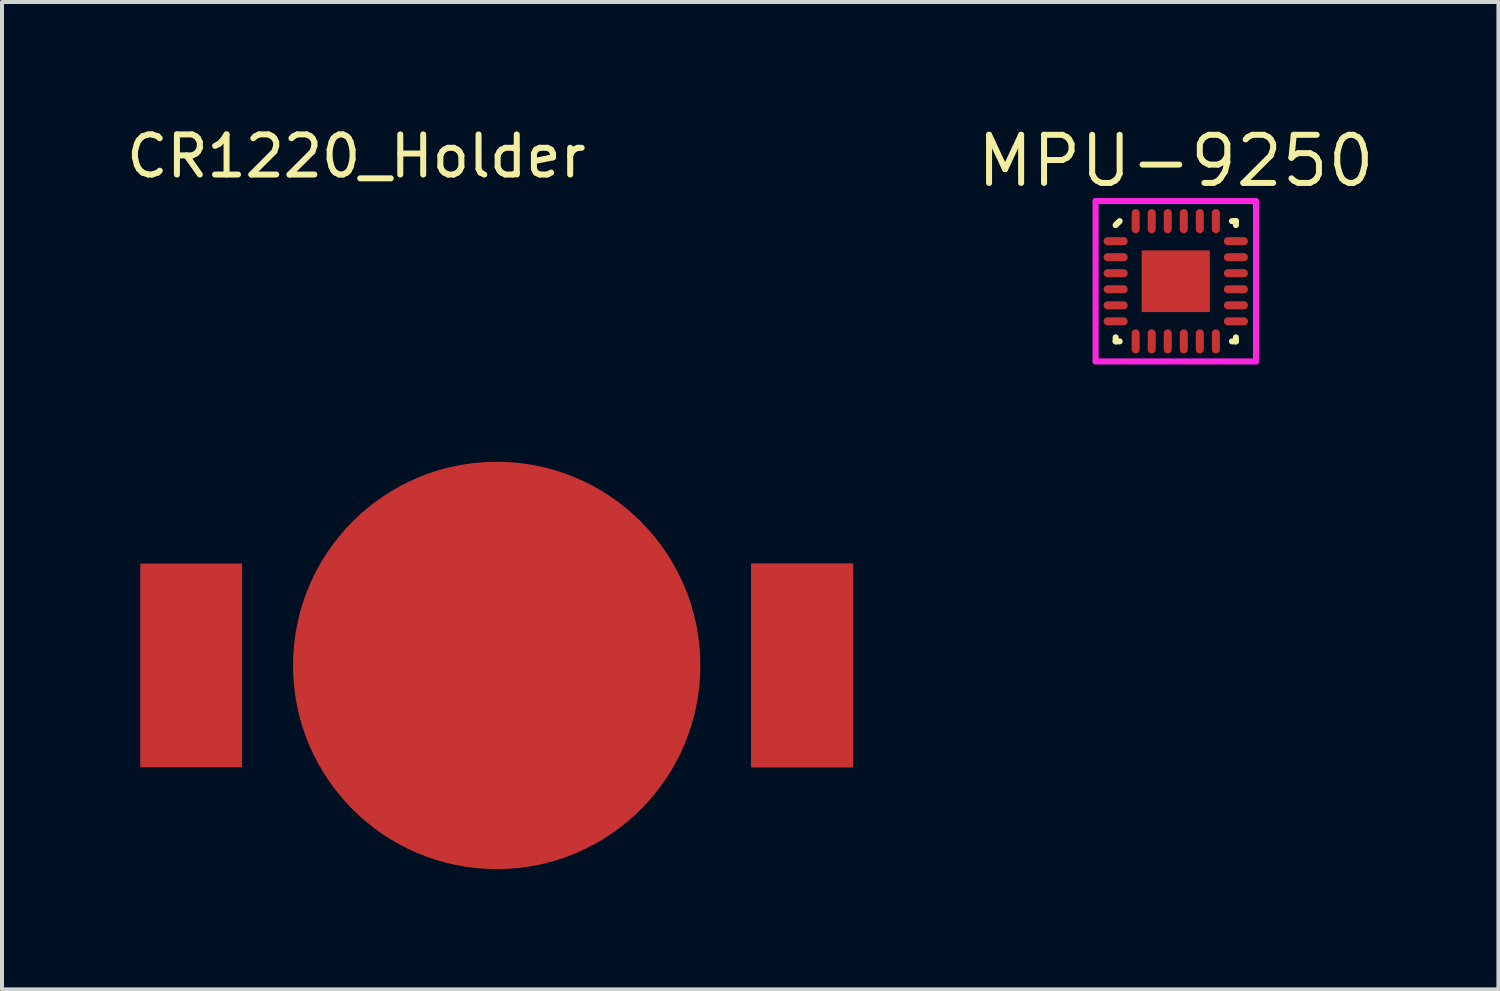
<source format=kicad_pcb>
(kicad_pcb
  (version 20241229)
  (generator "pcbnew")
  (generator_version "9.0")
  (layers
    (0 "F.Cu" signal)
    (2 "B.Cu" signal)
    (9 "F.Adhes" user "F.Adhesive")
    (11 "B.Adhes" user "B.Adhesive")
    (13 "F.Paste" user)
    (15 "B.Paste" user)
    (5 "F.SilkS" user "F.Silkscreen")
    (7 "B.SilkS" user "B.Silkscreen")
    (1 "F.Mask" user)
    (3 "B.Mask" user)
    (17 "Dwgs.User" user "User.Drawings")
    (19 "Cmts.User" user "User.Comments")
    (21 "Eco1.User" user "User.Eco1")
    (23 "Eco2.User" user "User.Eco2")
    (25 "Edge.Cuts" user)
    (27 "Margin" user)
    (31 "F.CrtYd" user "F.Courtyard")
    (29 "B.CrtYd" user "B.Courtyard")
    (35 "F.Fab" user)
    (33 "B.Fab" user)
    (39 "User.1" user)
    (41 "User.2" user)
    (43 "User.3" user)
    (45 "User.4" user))
  (footprint "MPU-9250"
    (layer "F.Cu")
    (at 26.277 3.965)
    (property "Reference" "MPU-9250" (at 0 -3 0) (layer "F.SilkS") (effects (font (size 1.2 1.2) (thickness 0.15))))
    (attr through_hole)
    (fp_line (start -1.5 -1.4) (end -1.4 -1.5) (stroke (width 0.15) (type solid)) (layer "F.SilkS"))
    (fp_line (start -1.5 1.5) (end -1.5 1.4) (stroke (width 0.15) (type solid)) (layer "F.SilkS"))
    (fp_line (start -1.4 1.5) (end -1.5 1.5) (stroke (width 0.15) (type solid)) (layer "F.SilkS"))
    (fp_line (start 1.4 -1.5) (end 1.5 -1.5) (stroke (width 0.15) (type solid)) (layer "F.SilkS"))
    (fp_line (start 1.4 1.5) (end 1.5 1.5) (stroke (width 0.15) (type solid)) (layer "F.SilkS"))
    (fp_line (start 1.5 -1.5) (end 1.5 -1.4) (stroke (width 0.15) (type solid)) (layer "F.SilkS"))
    (fp_line (start 1.5 1.5) (end 1.5 1.4) (stroke (width 0.15) (type solid)) (layer "F.SilkS"))
    (fp_line (start -2 -2) (end 2 -2) (stroke (width 0.15) (type solid)) (layer "F.CrtYd"))
    (fp_line (start -2 2) (end -2 -2) (stroke (width 0.15) (type solid)) (layer "F.CrtYd"))
    (fp_line (start 2 -2) (end 2 2) (stroke (width 0.15) (type solid)) (layer "F.CrtYd"))
    (fp_line (start 2 2) (end -2 2) (stroke (width 0.15) (type solid)) (layer "F.CrtYd"))
    (pad "" smd rect (at 0 0) (size 1.7 1.54) (layers "F.Cu" "F.Mask" "F.Paste"))
    (pad "1" smd oval (at -1.5 -1 90) (size 0.2 0.6) (layers "F.Cu" "F.Mask" "F.Paste"))
    (pad "2" smd oval (at -1.5 -0.6 90) (size 0.2 0.6) (layers "F.Cu" "F.Mask" "F.Paste"))
    (pad "3" smd oval (at -1.5 -0.2 90) (size 0.2 0.6) (layers "F.Cu" "F.Mask" "F.Paste"))
    (pad "4" smd oval (at -1.5 0.2 90) (size 0.2 0.6) (layers "F.Cu" "F.Mask" "F.Paste"))
    (pad "5" smd oval (at -1.5 0.6 90) (size 0.2 0.6) (layers "F.Cu" "F.Mask" "F.Paste"))
    (pad "6" smd oval (at -1.5 1 90) (size 0.2 0.6) (layers "F.Cu" "F.Mask" "F.Paste"))
    (pad "7" smd oval (at -1 1.5) (size 0.2 0.6) (layers "F.Cu" "F.Mask" "F.Paste"))
    (pad "8" smd oval (at -0.6 1.5) (size 0.2 0.6) (layers "F.Cu" "F.Mask" "F.Paste"))
    (pad "9" smd oval (at -0.2 1.5) (size 0.2 0.6) (layers "F.Cu" "F.Mask" "F.Paste"))
    (pad "10" smd oval (at 0.2 1.5) (size 0.2 0.6) (layers "F.Cu" "F.Mask" "F.Paste"))
    (pad "11" smd oval (at 0.6 1.5) (size 0.2 0.6) (layers "F.Cu" "F.Mask" "F.Paste"))
    (pad "12" smd oval (at 1 1.5) (size 0.2 0.6) (layers "F.Cu" "F.Mask" "F.Paste"))
    (pad "13" smd oval (at 1.5 1 90) (size 0.2 0.6) (layers "F.Cu" "F.Mask" "F.Paste"))
    (pad "14" smd oval (at 1.5 0.6 90) (size 0.2 0.6) (layers "F.Cu" "F.Mask" "F.Paste"))
    (pad "15" smd oval (at 1.5 0.2 90) (size 0.2 0.6) (layers "F.Cu" "F.Mask" "F.Paste"))
    (pad "16" smd oval (at 1.5 -0.2 90) (size 0.2 0.6) (layers "F.Cu" "F.Mask" "F.Paste"))
    (pad "17" smd oval (at 1.5 -0.6 90) (size 0.2 0.6) (layers "F.Cu" "F.Mask" "F.Paste"))
    (pad "18" smd oval (at 1.5 -1 90) (size 0.2 0.6) (layers "F.Cu" "F.Mask" "F.Paste"))
    (pad "19" smd oval (at 1 -1.5) (size 0.2 0.6) (layers "F.Cu" "F.Mask" "F.Paste"))
    (pad "20" smd oval (at 0.6 -1.5) (size 0.2 0.6) (layers "F.Cu" "F.Mask" "F.Paste"))
    (pad "21" smd oval (at 0.2 -1.5) (size 0.2 0.6) (layers "F.Cu" "F.Mask" "F.Paste"))
    (pad "22" smd oval (at -0.2 -1.5) (size 0.2 0.6) (layers "F.Cu" "F.Mask" "F.Paste"))
    (pad "23" smd oval (at -0.6 -1.5) (size 0.2 0.6) (layers "F.Cu" "F.Mask" "F.Paste"))
    (pad "24" smd oval (at -1 -1.5) (size 0.2 0.6) (layers "F.Cu" "F.Mask" "F.Paste")))
  (footprint "CR1220_Holder"
    (layer "F.Cu")
    (at 9.339 13.548)
    (property "Reference" "CR1220_Holder" (at -3.5 -12.7 0) (layer "F.SilkS") (effects (font (size 1 1) (thickness 0.15))))
    (attr through_hole)
    (pad "+" smd rect (at -7.62 0) (size 2.54 5.08) (layers "F.Cu" "F.Mask" "F.Paste"))
    (pad "+" smd rect (at 7.62 0) (size 2.54 5.08) (layers "F.Cu" "F.Mask" "F.Paste"))
    (pad "+" smd rect (at 7.62 0) (size 2.54 5.08) (layers "F.Cu" "F.Mask" "F.Paste"))
    (pad "-" smd circle (at 0 0) (size 10.16 10.16) (layers "F.Cu" "F.Mask" "F.Paste")))
  (gr_rect
    (start -3 -3)
    (end 34.325 21.628)
    (stroke (width 0.1) (type default))
    (fill no)
    (layer "Edge.Cuts")))
</source>
